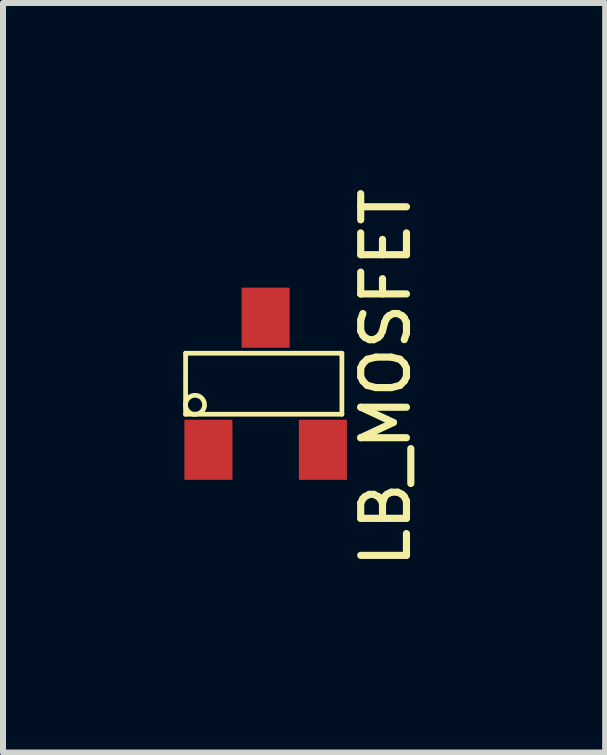
<source format=kicad_pcb>
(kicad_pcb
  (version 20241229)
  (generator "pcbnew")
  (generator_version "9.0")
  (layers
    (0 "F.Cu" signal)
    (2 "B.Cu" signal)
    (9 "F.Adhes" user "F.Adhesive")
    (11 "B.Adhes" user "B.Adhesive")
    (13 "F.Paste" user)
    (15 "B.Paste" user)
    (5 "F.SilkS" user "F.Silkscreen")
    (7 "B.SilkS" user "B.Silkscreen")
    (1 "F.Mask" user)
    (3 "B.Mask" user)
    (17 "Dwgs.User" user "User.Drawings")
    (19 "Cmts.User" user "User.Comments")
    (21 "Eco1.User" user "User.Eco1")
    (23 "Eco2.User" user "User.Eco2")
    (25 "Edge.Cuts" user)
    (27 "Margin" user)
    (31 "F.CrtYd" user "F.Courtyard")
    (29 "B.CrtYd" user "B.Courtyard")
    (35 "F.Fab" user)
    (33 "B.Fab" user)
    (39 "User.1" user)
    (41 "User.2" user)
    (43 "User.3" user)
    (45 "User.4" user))
  (footprint "LB_MOSFET"
    (layer "F.Cu")
    (at 1.374 3.341)
    (property "Reference" "LB_MOSFET" (at 1.999 -0.099 90) (layer "F.SilkS") (effects (font (size 0.762 0.762) (thickness 0.119))))
    (attr through_hole)
    (fp_line (start -1.333 -0.508) (end -1.333 0.508) (stroke (width 0.079) (type solid)) (layer "F.SilkS"))
    (fp_line (start -1.333 -0.508) (end 1.27 -0.508) (stroke (width 0.079) (type solid)) (layer "F.SilkS"))
    (fp_line (start 1.27 -0.508) (end 1.27 0.508) (stroke (width 0.079) (type solid)) (layer "F.SilkS"))
    (fp_line (start 1.27 0.508) (end -1.333 0.508) (stroke (width 0.079) (type solid)) (layer "F.SilkS"))
    (fp_circle (center -1.176 0.351) (end -1.3 0.45) (stroke (width 0.079) (type solid)) (fill no) (layer "F.SilkS"))
    (pad "D" smd rect (at 0 -1.1) (size 0.8 1.001) (layers "F.Cu" "F.Mask" "F.Paste"))
    (pad "G" smd rect (at -0.953 1.1) (size 0.8 1.001) (layers "F.Cu" "F.Mask" "F.Paste"))
    (pad "S" smd rect (at 0.953 1.1) (size 0.8 1.001) (layers "F.Cu" "F.Mask" "F.Paste")))
  (gr_rect
    (start -3 -3)
    (end 7.029 9.483)
    (stroke (width 0.1) (type default))
    (fill no)
    (layer "Edge.Cuts")))
</source>
